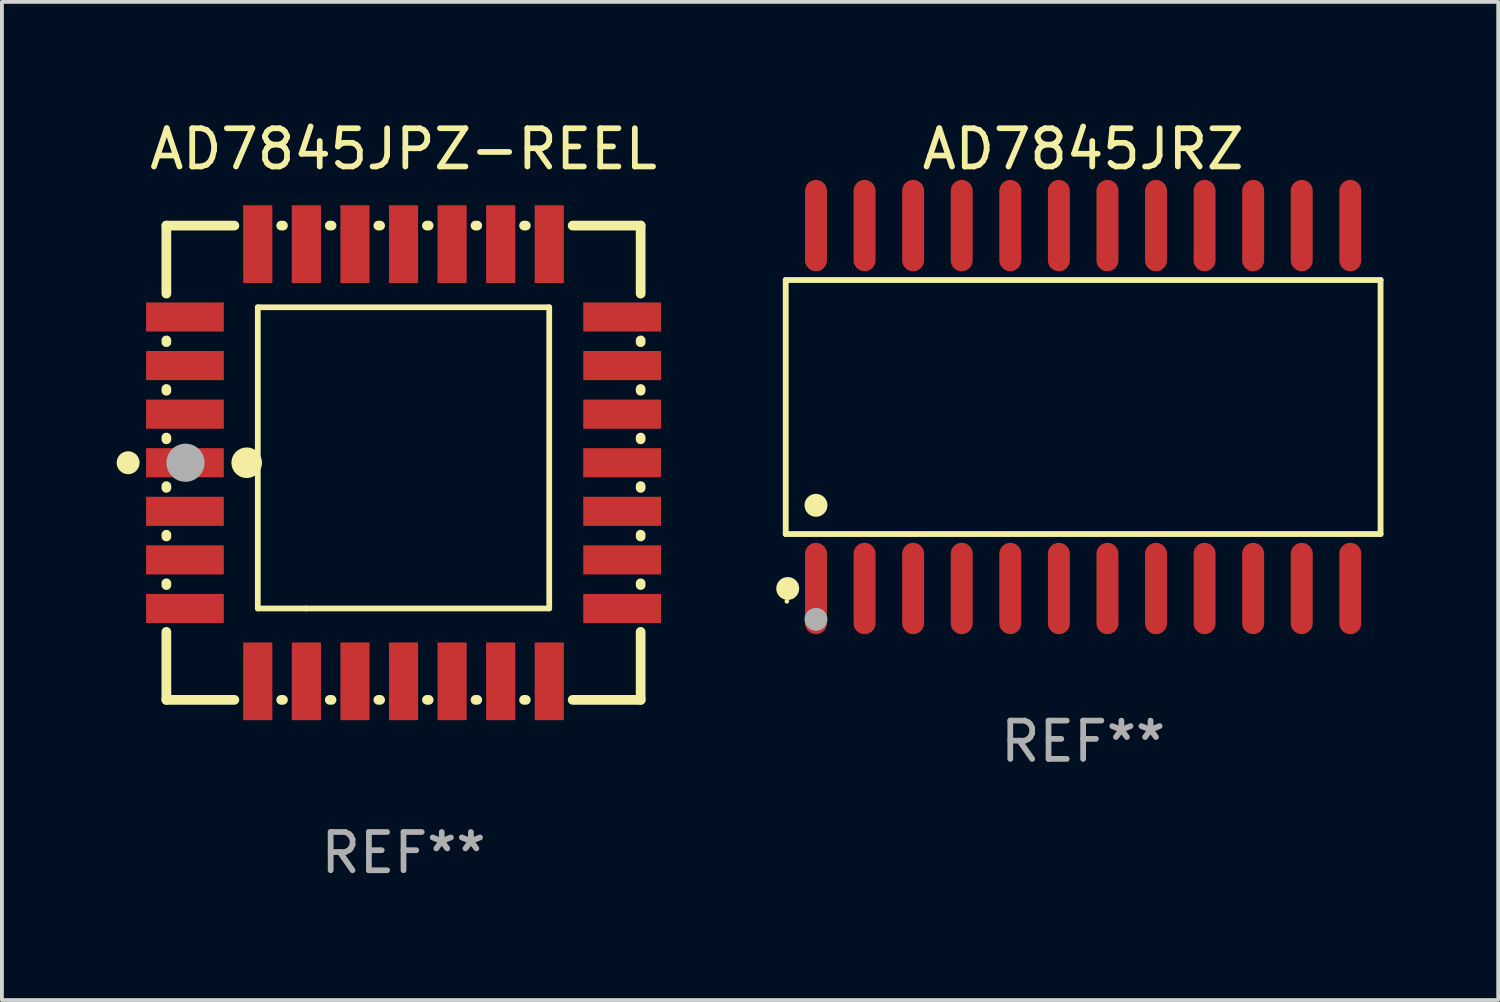
<source format=kicad_pcb>
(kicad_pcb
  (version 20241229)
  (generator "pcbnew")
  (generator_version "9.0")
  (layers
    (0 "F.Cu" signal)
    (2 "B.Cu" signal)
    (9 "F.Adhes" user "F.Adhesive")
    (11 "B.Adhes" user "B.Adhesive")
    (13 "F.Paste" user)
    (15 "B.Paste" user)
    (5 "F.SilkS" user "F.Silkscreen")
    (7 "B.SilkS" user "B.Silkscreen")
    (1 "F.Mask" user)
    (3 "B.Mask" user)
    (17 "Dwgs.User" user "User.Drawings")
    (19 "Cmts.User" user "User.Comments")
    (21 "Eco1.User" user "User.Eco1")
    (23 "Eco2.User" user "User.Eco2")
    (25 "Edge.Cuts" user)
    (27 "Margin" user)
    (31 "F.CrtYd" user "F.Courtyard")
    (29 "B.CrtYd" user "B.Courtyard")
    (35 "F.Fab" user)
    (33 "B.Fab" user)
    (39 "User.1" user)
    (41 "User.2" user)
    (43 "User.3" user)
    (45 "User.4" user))
  (footprint "AD7845JPZ-REEL"
    (layer "F.Cu")
    (at 7.5 9.048)
    (property "Reference" "AD7845JPZ-REEL" (at 0 -8.2 0) (layer "F.SilkS") (effects (font (size 1 1) (thickness 0.15))))
    (attr through_hole)
    (fp_line (start -6.2 -6.2) (end -4.422 -6.2) (stroke (width 0.254) (type solid)) (layer "F.SilkS"))
    (fp_line (start -6.2 -4.422) (end -6.2 -6.2) (stroke (width 0.254) (type solid)) (layer "F.SilkS"))
    (fp_line (start -6.2 -3.152) (end -6.2 -3.198) (stroke (width 0.254) (type solid)) (layer "F.SilkS"))
    (fp_line (start -6.2 -1.882) (end -6.2 -1.928) (stroke (width 0.254) (type solid)) (layer "F.SilkS"))
    (fp_line (start -6.2 -0.612) (end -6.2 -0.658) (stroke (width 0.254) (type solid)) (layer "F.SilkS"))
    (fp_line (start -6.2 0.658) (end -6.2 0.612) (stroke (width 0.254) (type solid)) (layer "F.SilkS"))
    (fp_line (start -6.2 1.928) (end -6.2 1.882) (stroke (width 0.254) (type solid)) (layer "F.SilkS"))
    (fp_line (start -6.2 3.198) (end -6.2 3.152) (stroke (width 0.254) (type solid)) (layer "F.SilkS"))
    (fp_line (start -6.2 6.2) (end -6.2 4.422) (stroke (width 0.254) (type solid)) (layer "F.SilkS"))
    (fp_line (start -4.422 6.2) (end -6.2 6.2) (stroke (width 0.254) (type solid)) (layer "F.SilkS"))
    (fp_line (start -3.81 -4.064) (end 3.81 -4.064) (stroke (width 0.15) (type solid)) (layer "F.SilkS"))
    (fp_line (start -3.81 3.81) (end -3.81 -4.064) (stroke (width 0.15) (type solid)) (layer "F.SilkS"))
    (fp_line (start -3.198 -6.2) (end -3.152 -6.2) (stroke (width 0.254) (type solid)) (layer "F.SilkS"))
    (fp_line (start -3.152 6.2) (end -3.198 6.2) (stroke (width 0.254) (type solid)) (layer "F.SilkS"))
    (fp_line (start -2.54 3.81) (end -3.81 3.81) (stroke (width 0.15) (type solid)) (layer "F.SilkS"))
    (fp_line (start -1.928 -6.2) (end -1.882 -6.2) (stroke (width 0.254) (type solid)) (layer "F.SilkS"))
    (fp_line (start -1.882 6.2) (end -1.928 6.2) (stroke (width 0.254) (type solid)) (layer "F.SilkS"))
    (fp_line (start -0.658 -6.2) (end -0.612 -6.2) (stroke (width 0.254) (type solid)) (layer "F.SilkS"))
    (fp_line (start -0.612 6.2) (end -0.658 6.2) (stroke (width 0.254) (type solid)) (layer "F.SilkS"))
    (fp_line (start 0.612 -6.2) (end 0.658 -6.2) (stroke (width 0.254) (type solid)) (layer "F.SilkS"))
    (fp_line (start 0.658 6.2) (end 0.612 6.2) (stroke (width 0.254) (type solid)) (layer "F.SilkS"))
    (fp_line (start 1.882 -6.2) (end 1.928 -6.2) (stroke (width 0.254) (type solid)) (layer "F.SilkS"))
    (fp_line (start 1.928 6.2) (end 1.882 6.2) (stroke (width 0.254) (type solid)) (layer "F.SilkS"))
    (fp_line (start 3.152 -6.2) (end 3.198 -6.2) (stroke (width 0.254) (type solid)) (layer "F.SilkS"))
    (fp_line (start 3.198 6.2) (end 3.152 6.2) (stroke (width 0.254) (type solid)) (layer "F.SilkS"))
    (fp_line (start 3.81 -4.064) (end 3.81 3.81) (stroke (width 0.15) (type solid)) (layer "F.SilkS"))
    (fp_line (start 3.81 3.81) (end -2.54 3.81) (stroke (width 0.15) (type solid)) (layer "F.SilkS"))
    (fp_line (start 4.422 -6.2) (end 6.2 -6.2) (stroke (width 0.254) (type solid)) (layer "F.SilkS"))
    (fp_line (start 6.2 -6.2) (end 6.2 -4.422) (stroke (width 0.254) (type solid)) (layer "F.SilkS"))
    (fp_line (start 6.2 -3.198) (end 6.2 -3.152) (stroke (width 0.254) (type solid)) (layer "F.SilkS"))
    (fp_line (start 6.2 -1.928) (end 6.2 -1.882) (stroke (width 0.254) (type solid)) (layer "F.SilkS"))
    (fp_line (start 6.2 -0.658) (end 6.2 -0.612) (stroke (width 0.254) (type solid)) (layer "F.SilkS"))
    (fp_line (start 6.2 0.612) (end 6.2 0.658) (stroke (width 0.254) (type solid)) (layer "F.SilkS"))
    (fp_line (start 6.2 1.882) (end 6.2 1.928) (stroke (width 0.254) (type solid)) (layer "F.SilkS"))
    (fp_line (start 6.2 3.152) (end 6.2 3.198) (stroke (width 0.254) (type solid)) (layer "F.SilkS"))
    (fp_line (start 6.2 4.422) (end 6.2 6.2) (stroke (width 0.254) (type solid)) (layer "F.SilkS"))
    (fp_line (start 6.2 6.2) (end 4.422 6.2) (stroke (width 0.254) (type solid)) (layer "F.SilkS"))
    (fp_circle (center -7.2 0) (end -7.05 0) (stroke (width 0.3) (type solid)) (fill no) (layer "F.SilkS"))
    (fp_circle (center -6.223 6.223) (end -6.193 6.223) (stroke (width 0.06) (type solid)) (fill no) (layer "F.SilkS"))
    (fp_circle (center -4.1 0) (end -3.9 0) (stroke (width 0.4) (type solid)) (fill no) (layer "F.SilkS"))
    (fp_circle (center -5.7 0) (end -5.45 0) (stroke (width 0.5) (type solid)) (fill no) (layer "F.Fab"))
    (fp_text user "REF**" (at 0 10.2 0) (layer "F.Fab") (effects (font (size 1 1) (thickness 0.15))))
    (pad "1" smd rect (at -5.715 0) (size 2.032 0.762) (layers "F.Cu" "F.Mask" "F.Paste"))
    (pad "2" smd rect (at -5.715 1.27) (size 2.032 0.762) (layers "F.Cu" "F.Mask" "F.Paste"))
    (pad "3" smd rect (at -5.715 2.54) (size 2.032 0.762) (layers "F.Cu" "F.Mask" "F.Paste"))
    (pad "4" smd rect (at -5.715 3.81) (size 2.032 0.762) (layers "F.Cu" "F.Mask" "F.Paste"))
    (pad "5" smd rect (at -3.81 5.715) (size 0.762 2.032) (layers "F.Cu" "F.Mask" "F.Paste"))
    (pad "6" smd rect (at -2.54 5.715) (size 0.762 2.032) (layers "F.Cu" "F.Mask" "F.Paste"))
    (pad "7" smd rect (at -1.27 5.715) (size 0.762 2.032) (layers "F.Cu" "F.Mask" "F.Paste"))
    (pad "8" smd rect (at 0 5.715) (size 0.762 2.032) (layers "F.Cu" "F.Mask" "F.Paste"))
    (pad "9" smd rect (at 1.27 5.715) (size 0.762 2.032) (layers "F.Cu" "F.Mask" "F.Paste"))
    (pad "10" smd rect (at 2.54 5.715) (size 0.762 2.032) (layers "F.Cu" "F.Mask" "F.Paste"))
    (pad "11" smd rect (at 3.81 5.715) (size 0.762 2.032) (layers "F.Cu" "F.Mask" "F.Paste"))
    (pad "12" smd rect (at 5.715 3.81) (size 2.032 0.762) (layers "F.Cu" "F.Mask" "F.Paste"))
    (pad "13" smd rect (at 5.715 2.54) (size 2.032 0.762) (layers "F.Cu" "F.Mask" "F.Paste"))
    (pad "14" smd rect (at 5.715 1.27) (size 2.032 0.762) (layers "F.Cu" "F.Mask" "F.Paste"))
    (pad "15" smd rect (at 5.715 0) (size 2.032 0.762) (layers "F.Cu" "F.Mask" "F.Paste"))
    (pad "16" smd rect (at 5.715 -1.27) (size 2.032 0.762) (layers "F.Cu" "F.Mask" "F.Paste"))
    (pad "17" smd rect (at 5.715 -2.54) (size 2.032 0.762) (layers "F.Cu" "F.Mask" "F.Paste"))
    (pad "18" smd rect (at 5.715 -3.81) (size 2.032 0.762) (layers "F.Cu" "F.Mask" "F.Paste"))
    (pad "19" smd rect (at 3.81 -5.715) (size 0.762 2.032) (layers "F.Cu" "F.Mask" "F.Paste"))
    (pad "20" smd rect (at 2.54 -5.715) (size 0.762 2.032) (layers "F.Cu" "F.Mask" "F.Paste"))
    (pad "21" smd rect (at 1.27 -5.715) (size 0.762 2.032) (layers "F.Cu" "F.Mask" "F.Paste"))
    (pad "22" smd rect (at 0 -5.715) (size 0.762 2.032) (layers "F.Cu" "F.Mask" "F.Paste"))
    (pad "23" smd rect (at -1.27 -5.715) (size 0.762 2.032) (layers "F.Cu" "F.Mask" "F.Paste"))
    (pad "24" smd rect (at -2.54 -5.715) (size 0.762 2.032) (layers "F.Cu" "F.Mask" "F.Paste"))
    (pad "25" smd rect (at -3.81 -5.715) (size 0.762 2.032) (layers "F.Cu" "F.Mask" "F.Paste"))
    (pad "26" smd rect (at -5.715 -3.81) (size 2.032 0.762) (layers "F.Cu" "F.Mask" "F.Paste"))
    (pad "27" smd rect (at -5.715 -2.54) (size 2.032 0.762) (layers "F.Cu" "F.Mask" "F.Paste"))
    (pad "28" smd rect (at -5.715 -1.27) (size 2.032 0.762) (layers "F.Cu" "F.Mask" "F.Paste")))
  (footprint "AD7845JRZ"
    (layer "F.Cu")
    (at 25.269 7.592)
    (property "Reference" "AD7845JRZ" (at 0 -6.744 0) (layer "F.SilkS") (effects (font (size 1 1) (thickness 0.15))))
    (attr through_hole)
    (fp_line (start -7.776 -3.321) (end 7.776 -3.321) (stroke (width 0.152) (type solid)) (layer "F.SilkS"))
    (fp_line (start -7.776 3.321) (end -7.776 -3.321) (stroke (width 0.152) (type solid)) (layer "F.SilkS"))
    (fp_line (start 7.776 -3.321) (end 7.776 3.321) (stroke (width 0.152) (type solid)) (layer "F.SilkS"))
    (fp_line (start 7.776 3.321) (end -7.776 3.321) (stroke (width 0.152) (type solid)) (layer "F.SilkS"))
    (fp_circle (center -7.747 5.08) (end -7.717 5.08) (stroke (width 0.06) (type solid)) (fill no) (layer "F.SilkS"))
    (fp_circle (center -7.724 4.744) (end -7.574 4.744) (stroke (width 0.3) (type solid)) (fill no) (layer "F.SilkS"))
    (fp_circle (center -6.985 2.569) (end -6.835 2.569) (stroke (width 0.3) (type solid)) (fill no) (layer "F.SilkS"))
    (fp_circle (center -6.985 5.55) (end -6.835 5.55) (stroke (width 0.3) (type solid)) (fill no) (layer "F.Fab"))
    (fp_text user "REF**" (at 0 8.744 0) (layer "F.Fab") (effects (font (size 1 1) (thickness 0.15))))
    (pad "1" smd oval (at -6.985 4.744) (size 0.574 2.388) (layers "F.Cu" "F.Mask" "F.Paste"))
    (pad "2" smd oval (at -5.715 4.744) (size 0.574 2.388) (layers "F.Cu" "F.Mask" "F.Paste"))
    (pad "3" smd oval (at -4.445 4.744) (size 0.574 2.388) (layers "F.Cu" "F.Mask" "F.Paste"))
    (pad "4" smd oval (at -3.175 4.744) (size 0.574 2.388) (layers "F.Cu" "F.Mask" "F.Paste"))
    (pad "5" smd oval (at -1.905 4.744) (size 0.574 2.388) (layers "F.Cu" "F.Mask" "F.Paste"))
    (pad "6" smd oval (at -0.635 4.744) (size 0.574 2.388) (layers "F.Cu" "F.Mask" "F.Paste"))
    (pad "7" smd oval (at 0.635 4.744) (size 0.574 2.388) (layers "F.Cu" "F.Mask" "F.Paste"))
    (pad "8" smd oval (at 1.905 4.744) (size 0.574 2.388) (layers "F.Cu" "F.Mask" "F.Paste"))
    (pad "9" smd oval (at 3.175 4.744) (size 0.574 2.388) (layers "F.Cu" "F.Mask" "F.Paste"))
    (pad "10" smd oval (at 4.445 4.744) (size 0.574 2.388) (layers "F.Cu" "F.Mask" "F.Paste"))
    (pad "11" smd oval (at 5.715 4.744) (size 0.574 2.388) (layers "F.Cu" "F.Mask" "F.Paste"))
    (pad "12" smd oval (at 6.985 4.744) (size 0.574 2.388) (layers "F.Cu" "F.Mask" "F.Paste"))
    (pad "13" smd oval (at 6.985 -4.744) (size 0.574 2.388) (layers "F.Cu" "F.Mask" "F.Paste"))
    (pad "14" smd oval (at 5.715 -4.744) (size 0.574 2.388) (layers "F.Cu" "F.Mask" "F.Paste"))
    (pad "15" smd oval (at 4.445 -4.744) (size 0.574 2.388) (layers "F.Cu" "F.Mask" "F.Paste"))
    (pad "16" smd oval (at 3.175 -4.744) (size 0.574 2.388) (layers "F.Cu" "F.Mask" "F.Paste"))
    (pad "17" smd oval (at 1.905 -4.744) (size 0.574 2.388) (layers "F.Cu" "F.Mask" "F.Paste"))
    (pad "18" smd oval (at 0.635 -4.744) (size 0.574 2.388) (layers "F.Cu" "F.Mask" "F.Paste"))
    (pad "19" smd oval (at -0.635 -4.744) (size 0.574 2.388) (layers "F.Cu" "F.Mask" "F.Paste"))
    (pad "20" smd oval (at -1.905 -4.744) (size 0.574 2.388) (layers "F.Cu" "F.Mask" "F.Paste"))
    (pad "21" smd oval (at -3.175 -4.744) (size 0.574 2.388) (layers "F.Cu" "F.Mask" "F.Paste"))
    (pad "22" smd oval (at -4.445 -4.744) (size 0.574 2.388) (layers "F.Cu" "F.Mask" "F.Paste"))
    (pad "23" smd oval (at -5.715 -4.744) (size 0.574 2.388) (layers "F.Cu" "F.Mask" "F.Paste"))
    (pad "24" smd oval (at -6.985 -4.744) (size 0.574 2.388) (layers "F.Cu" "F.Mask" "F.Paste")))
  (gr_rect
    (start -3 -3)
    (end 36.121 23.096)
    (stroke (width 0.1) (type default))
    (fill no)
    (layer "Edge.Cuts")))
</source>
